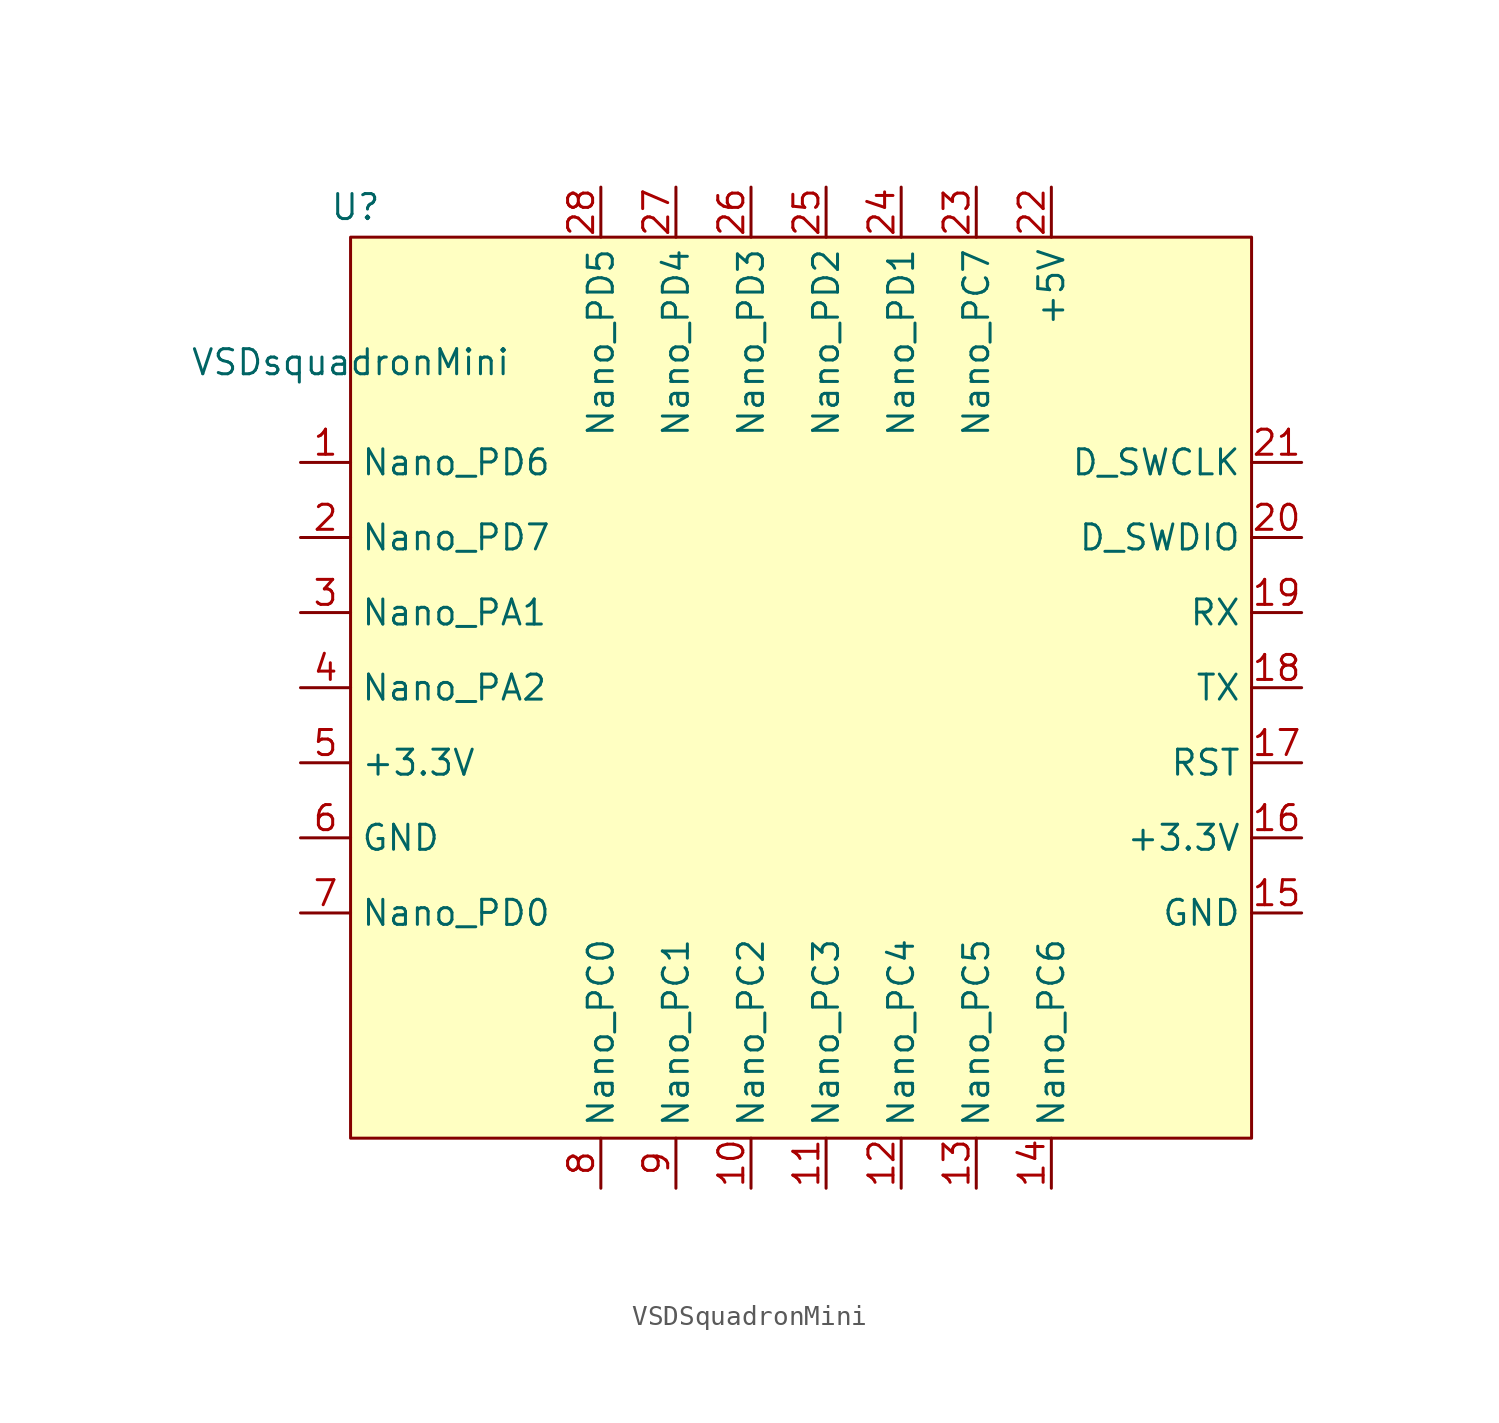
<source format=kicad_sym>
(kicad_symbol_lib
  (version 20231120)
  (generator "kicad_symbol_editor")
  (generator_version "8.0")
  (symbol "VSDSquadronMini"
    (property "Reference" "U"
      (at 0.254 7.874 0)
      (effects (font (size 1.27 1.27))))
    (property "Value" "VSDsquadronMini"
      (at 0 0 0)
      (effects (font (size 1.27 1.27))))
    (symbol "VSDSquadronMini_1_0"
      (pin input line (at 20.32 -41.91 90) (length 2.54) (name "Nano_PC2" (effects (font (size 1.27 1.27)))) (number "10" (effects (font (size 1.27 1.27)))))
      (pin input line (at 24.13 -41.91 90) (length 2.54) (name "Nano_PC3" (effects (font (size 1.27 1.27)))) (number "11" (effects (font (size 1.27 1.27)))))
      (pin input line (at 27.94 -41.91 90) (length 2.54) (name "Nano_PC4" (effects (font (size 1.27 1.27)))) (number "12" (effects (font (size 1.27 1.27)))))
      (pin input line (at 31.75 -41.91 90) (length 2.54) (name "Nano_PC5" (effects (font (size 1.27 1.27)))) (number "13" (effects (font (size 1.27 1.27)))))
      (pin input line (at 35.56 -41.91 90) (length 2.54) (name "Nano_PC6" (effects (font (size 1.27 1.27)))) (number "14" (effects (font (size 1.27 1.27)))))
      (pin input line (at 48.26 -20.32 180) (length 2.54) (name "RST" (effects (font (size 1.27 1.27)))) (number "17" (effects (font (size 1.27 1.27)))))
      (pin input line (at 48.26 -16.51 180) (length 2.54) (name "TX" (effects (font (size 1.27 1.27)))) (number "18" (effects (font (size 1.27 1.27)))))
      (pin input line (at 48.26 -12.7 180) (length 2.54) (name "RX" (effects (font (size 1.27 1.27)))) (number "19" (effects (font (size 1.27 1.27)))))
      (pin input line (at 48.26 -8.89 180) (length 2.54) (name "D_SWDIO" (effects (font (size 1.27 1.27)))) (number "20" (effects (font (size 1.27 1.27)))))
      (pin input line (at 48.26 -5.08 180) (length 2.54) (name "D_SWCLK" (effects (font (size 1.27 1.27)))) (number "21" (effects (font (size 1.27 1.27)))))
      (pin power_in line (at 35.56 8.89 270) (length 2.54) (name "+5V" (effects (font (size 1.27 1.27)))) (number "22" (effects (font (size 1.27 1.27)))))
      (pin input line (at 31.75 8.89 270) (length 2.54) (name "Nano_PC7" (effects (font (size 1.27 1.27)))) (number "23" (effects (font (size 1.27 1.27)))))
      (pin input line (at 27.94 8.89 270) (length 2.54) (name "Nano_PD1" (effects (font (size 1.27 1.27)))) (number "24" (effects (font (size 1.27 1.27)))))
      (pin input line (at 24.13 8.89 270) (length 2.54) (name "Nano_PD2" (effects (font (size 1.27 1.27)))) (number "25" (effects (font (size 1.27 1.27)))))
      (pin input line (at 20.32 8.89 270) (length 2.54) (name "Nano_PD3" (effects (font (size 1.27 1.27)))) (number "26" (effects (font (size 1.27 1.27)))))
      (pin input line (at -2.54 -12.7 0) (length 2.54) (name "Nano_PA1" (effects (font (size 1.27 1.27)))) (number "3" (effects (font (size 1.27 1.27)))))
      (pin input line (at -2.54 -16.51 0) (length 2.54) (name "Nano_PA2" (effects (font (size 1.27 1.27)))) (number "4" (effects (font (size 1.27 1.27)))))
      (pin power_in line (at -2.54 -20.32 0) (length 2.54) (name "+3.3V" (effects (font (size 1.27 1.27)))) (number "5" (effects (font (size 1.27 1.27)))))
      (pin power_out line (at -2.54 -24.13 0) (length 2.54) (name "GND" (effects (font (size 1.27 1.27)))) (number "6" (effects (font (size 1.27 1.27)))))
      (pin input line (at -2.54 -27.94 0) (length 2.54) (name "Nano_PD0" (effects (font (size 1.27 1.27)))) (number "7" (effects (font (size 1.27 1.27))))))
    (symbol "VSDSquadronMini_1_1"
      (rectangle (start 0 6.35) (end 45.72 -39.37) (stroke (width 0) (type default)) (fill (type background)))
      (pin input line (at -2.54 -5.08 0) (length 2.54) (name "Nano_PD6" (effects (font (size 1.27 1.27)))) (number "1" (effects (font (size 1.27 1.27)))))
      (pin power_out line (at 48.26 -27.94 180) (length 2.54) (name "GND" (effects (font (size 1.27 1.27)))) (number "15" (effects (font (size 1.27 1.27)))))
      (pin power_in line (at 48.26 -24.13 180) (length 2.54) (name "+3.3V" (effects (font (size 1.27 1.27)))) (number "16" (effects (font (size 1.27 1.27)))))
      (pin input line (at -2.54 -8.89 0) (length 2.54) (name "Nano_PD7" (effects (font (size 1.27 1.27)))) (number "2" (effects (font (size 1.27 1.27)))))
      (pin input line (at 16.51 8.89 270) (length 2.54) (name "Nano_PD4" (effects (font (size 1.27 1.27)))) (number "27" (effects (font (size 1.27 1.27)))))
      (pin input line (at 12.7 8.89 270) (length 2.54) (name "Nano_PD5" (effects (font (size 1.27 1.27)))) (number "28" (effects (font (size 1.27 1.27)))))
      (pin input line (at 12.7 -41.91 90) (length 2.54) (name "Nano_PC0" (effects (font (size 1.27 1.27)))) (number "8" (effects (font (size 1.27 1.27)))))
      (pin input line (at 16.51 -41.91 90) (length 2.54) (name "Nano_PC1" (effects (font (size 1.27 1.27)))) (number "9" (effects (font (size 1.27 1.27))))))))
</source>
